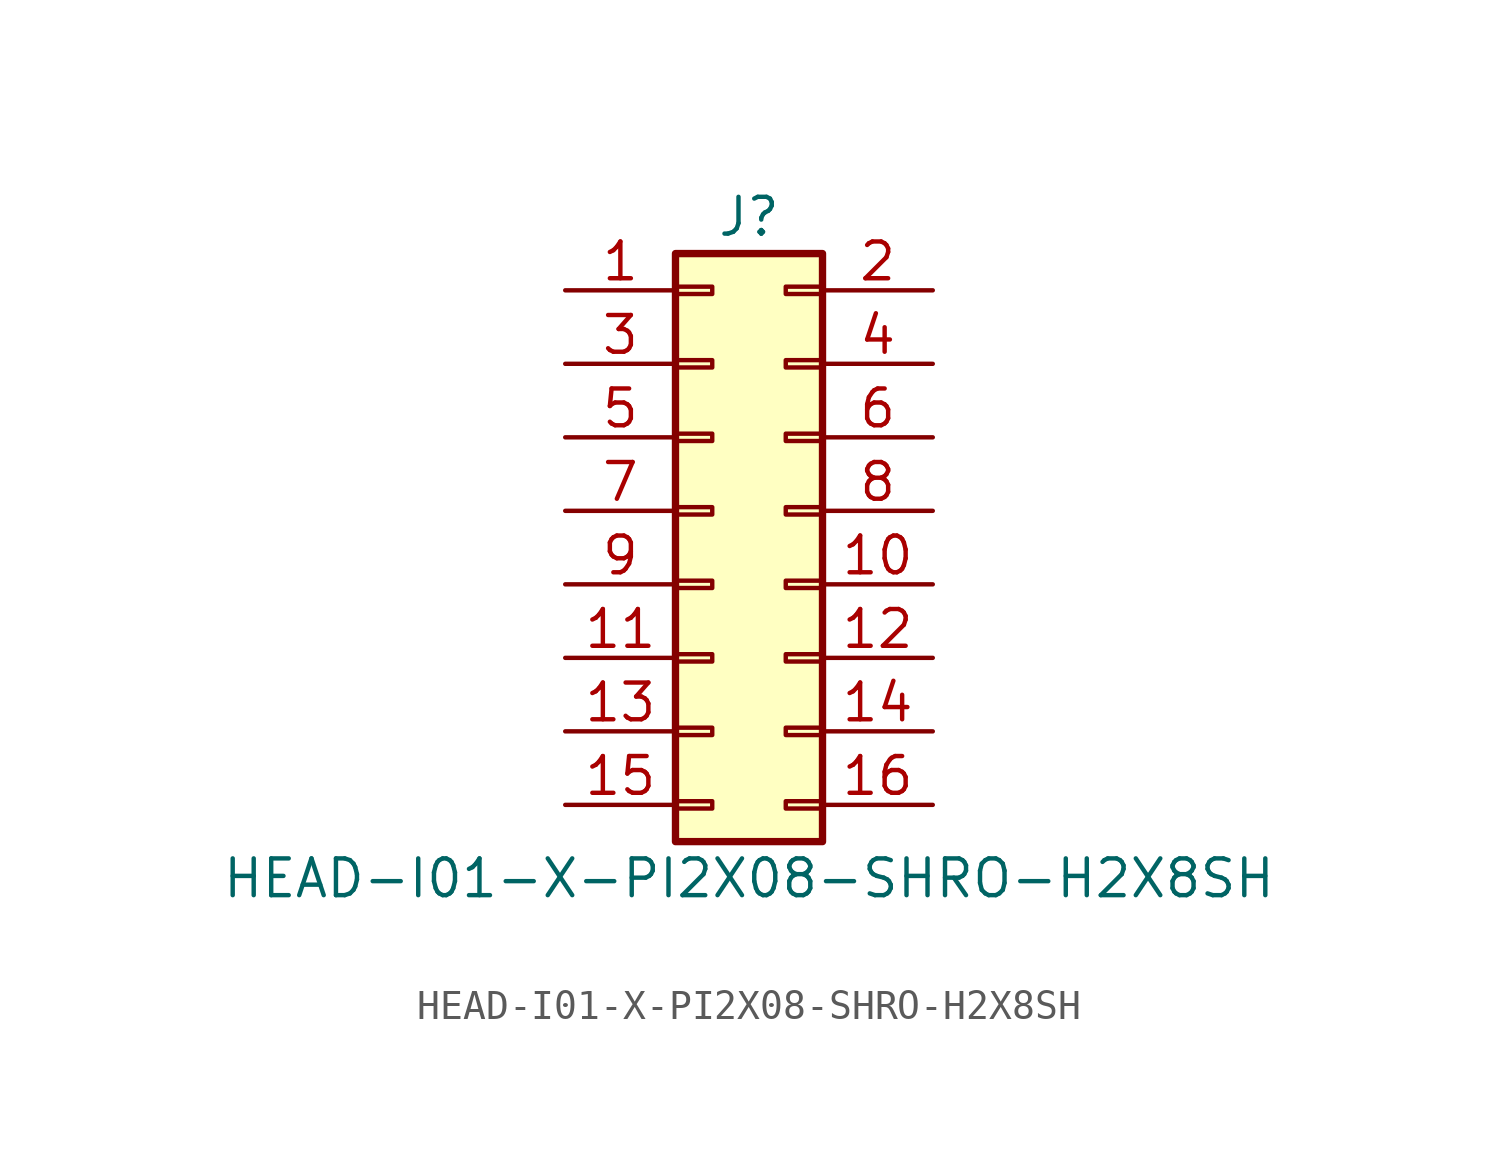
<source format=kicad_sym>
(kicad_symbol_lib
  (version 20211014)
  (generator kicad_symbol_editor)
  (symbol "HEAD-I01-X-PI2X08-SHRO-H2X8SH"
    (pin_names
      (offset 1.016) hide)
    (property "Reference" "J"
      (at 1.27 10.16 0)
      (effects (font (size 1.27 1.27))))
    (property "Value" "HEAD-I01-X-PI2X08-SHRO-H2X8SH"
      (at 1.27 -12.7 0)
      (effects (font (size 1.27 1.27))))
    (symbol "HEAD-I01-X-PI2X08-SHRO-H2X8SH_1_1"
      (rectangle (start -1.27 -10.033) (end 0 -10.287) (stroke (width 0.152) (type default) (color 0 0 0 0)) (fill (type none)))
      (rectangle (start -1.27 -7.493) (end 0 -7.747) (stroke (width 0.152) (type default) (color 0 0 0 0)) (fill (type none)))
      (rectangle (start -1.27 -4.953) (end 0 -5.207) (stroke (width 0.152) (type default) (color 0 0 0 0)) (fill (type none)))
      (rectangle (start -1.27 -2.413) (end 0 -2.667) (stroke (width 0.152) (type default) (color 0 0 0 0)) (fill (type none)))
      (rectangle (start -1.27 0.127) (end 0 -0.127) (stroke (width 0.152) (type default) (color 0 0 0 0)) (fill (type none)))
      (rectangle (start -1.27 2.667) (end 0 2.413) (stroke (width 0.152) (type default) (color 0 0 0 0)) (fill (type none)))
      (rectangle (start -1.27 5.207) (end 0 4.953) (stroke (width 0.152) (type default) (color 0 0 0 0)) (fill (type none)))
      (rectangle (start -1.27 7.747) (end 0 7.493) (stroke (width 0.152) (type default) (color 0 0 0 0)) (fill (type none)))
      (rectangle (start -1.27 8.89) (end 3.81 -11.43) (stroke (width 0.254) (type default) (color 0 0 0 0)) (fill (type background)))
      (rectangle (start 3.81 -10.033) (end 2.54 -10.287) (stroke (width 0.152) (type default) (color 0 0 0 0)) (fill (type none)))
      (rectangle (start 3.81 -7.493) (end 2.54 -7.747) (stroke (width 0.152) (type default) (color 0 0 0 0)) (fill (type none)))
      (rectangle (start 3.81 -4.953) (end 2.54 -5.207) (stroke (width 0.152) (type default) (color 0 0 0 0)) (fill (type none)))
      (rectangle (start 3.81 -2.413) (end 2.54 -2.667) (stroke (width 0.152) (type default) (color 0 0 0 0)) (fill (type none)))
      (rectangle (start 3.81 0.127) (end 2.54 -0.127) (stroke (width 0.152) (type default) (color 0 0 0 0)) (fill (type none)))
      (rectangle (start 3.81 2.667) (end 2.54 2.413) (stroke (width 0.152) (type default) (color 0 0 0 0)) (fill (type none)))
      (rectangle (start 3.81 5.207) (end 2.54 4.953) (stroke (width 0.152) (type default) (color 0 0 0 0)) (fill (type none)))
      (rectangle (start 3.81 7.747) (end 2.54 7.493) (stroke (width 0.152) (type default) (color 0 0 0 0)) (fill (type none)))
      (pin passive line (at -5.08 7.62 0) (length 3.81) (name "Pin_1" (effects (font (size 1.27 1.27)))) (number "1" (effects (font (size 1.27 1.27)))))
      (pin passive line (at 7.62 -2.54 180) (length 3.81) (name "Pin_10" (effects (font (size 1.27 1.27)))) (number "10" (effects (font (size 1.27 1.27)))))
      (pin passive line (at -5.08 -5.08 0) (length 3.81) (name "Pin_11" (effects (font (size 1.27 1.27)))) (number "11" (effects (font (size 1.27 1.27)))))
      (pin passive line (at 7.62 -5.08 180) (length 3.81) (name "Pin_12" (effects (font (size 1.27 1.27)))) (number "12" (effects (font (size 1.27 1.27)))))
      (pin passive line (at -5.08 -7.62 0) (length 3.81) (name "Pin_13" (effects (font (size 1.27 1.27)))) (number "13" (effects (font (size 1.27 1.27)))))
      (pin passive line (at 7.62 -7.62 180) (length 3.81) (name "Pin_14" (effects (font (size 1.27 1.27)))) (number "14" (effects (font (size 1.27 1.27)))))
      (pin passive line (at -5.08 -10.16 0) (length 3.81) (name "Pin_15" (effects (font (size 1.27 1.27)))) (number "15" (effects (font (size 1.27 1.27)))))
      (pin passive line (at 7.62 -10.16 180) (length 3.81) (name "Pin_16" (effects (font (size 1.27 1.27)))) (number "16" (effects (font (size 1.27 1.27)))))
      (pin passive line (at 7.62 7.62 180) (length 3.81) (name "Pin_2" (effects (font (size 1.27 1.27)))) (number "2" (effects (font (size 1.27 1.27)))))
      (pin passive line (at -5.08 5.08 0) (length 3.81) (name "Pin_3" (effects (font (size 1.27 1.27)))) (number "3" (effects (font (size 1.27 1.27)))))
      (pin passive line (at 7.62 5.08 180) (length 3.81) (name "Pin_4" (effects (font (size 1.27 1.27)))) (number "4" (effects (font (size 1.27 1.27)))))
      (pin passive line (at -5.08 2.54 0) (length 3.81) (name "Pin_5" (effects (font (size 1.27 1.27)))) (number "5" (effects (font (size 1.27 1.27)))))
      (pin passive line (at 7.62 2.54 180) (length 3.81) (name "Pin_6" (effects (font (size 1.27 1.27)))) (number "6" (effects (font (size 1.27 1.27)))))
      (pin passive line (at -5.08 0 0) (length 3.81) (name "Pin_7" (effects (font (size 1.27 1.27)))) (number "7" (effects (font (size 1.27 1.27)))))
      (pin passive line (at 7.62 0 180) (length 3.81) (name "Pin_8" (effects (font (size 1.27 1.27)))) (number "8" (effects (font (size 1.27 1.27)))))
      (pin passive line (at -5.08 -2.54 0) (length 3.81) (name "Pin_9" (effects (font (size 1.27 1.27)))) (number "9" (effects (font (size 1.27 1.27))))))))
</source>
